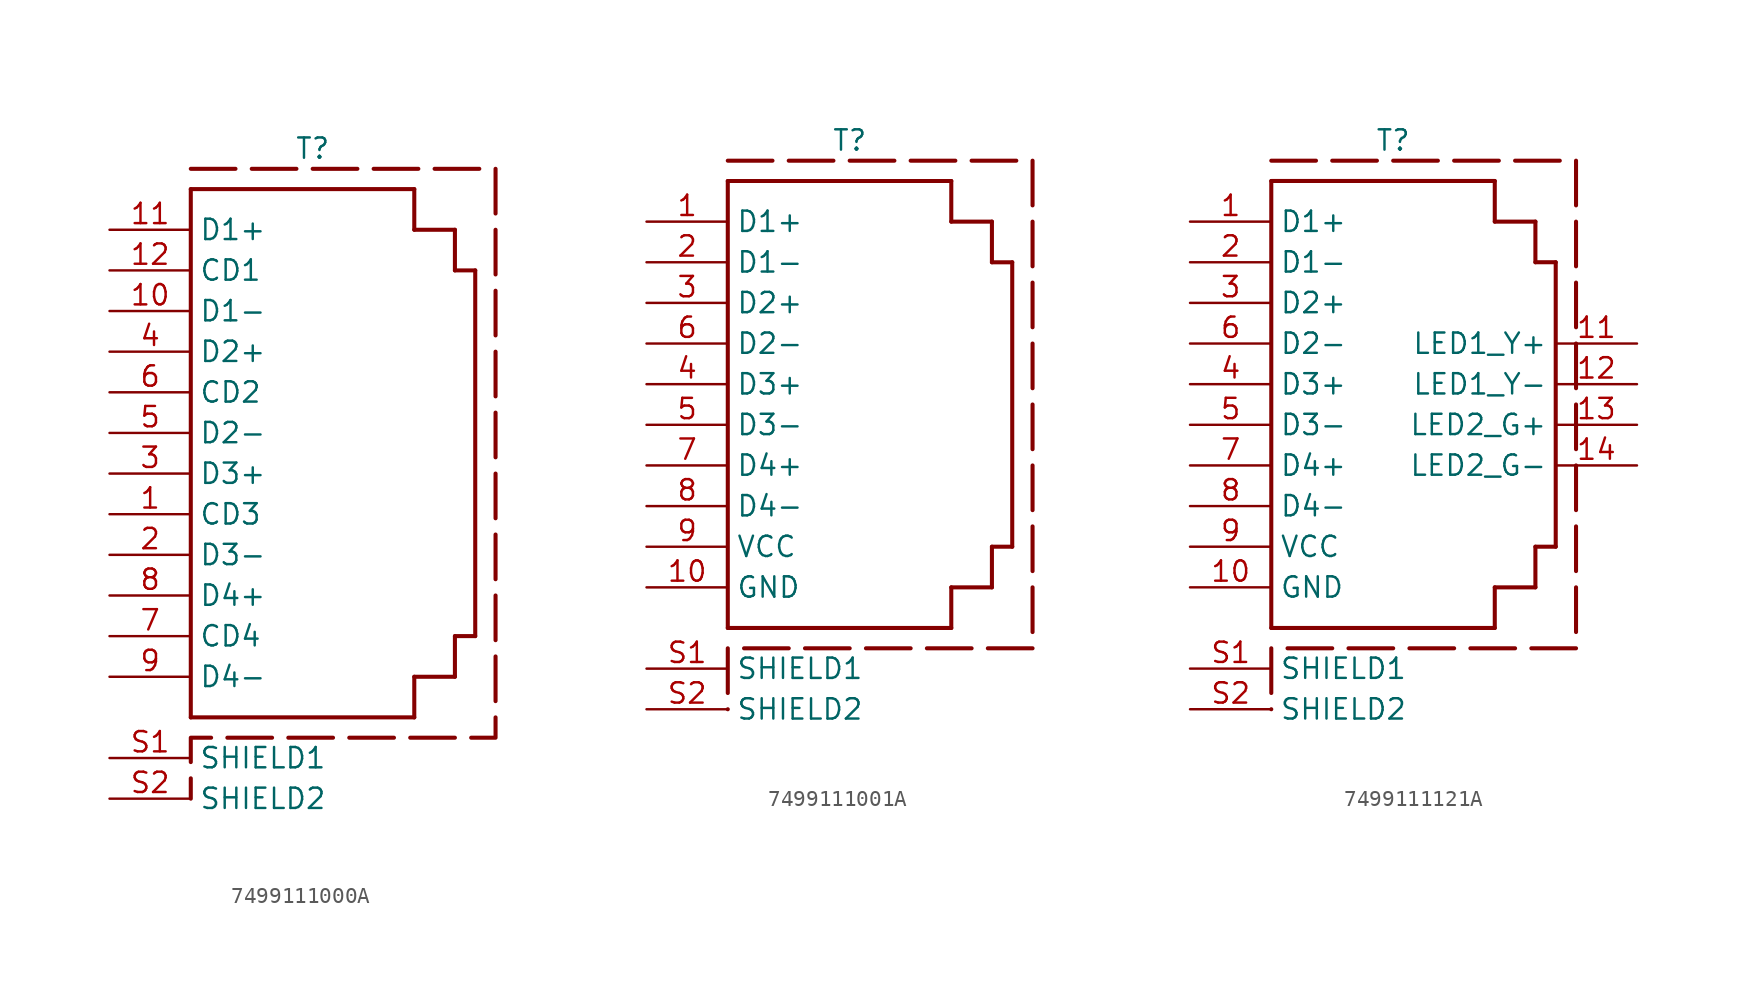
<source format=kicad_sym>
(kicad_symbol_lib
  (version 20220914)
  (generator kicad_symbol_editor)
  (symbol "7499111000A"
    (property "Reference" "T"
      (at 0 20.32 0)
      (effects (font (size 1.27 1.27))))
    (property "Critical Parameter" ""
      (at 0 -5.08 0)
      (effects (font (size 1.27 1.27)) (justify left)))
    (symbol "7499111000A_0_0"
      (polyline (pts (xy -7.62 -15.24) (xy -7.62 17.78)) (stroke (width 0.254) (type default)) (fill (type none)))
      (polyline (pts (xy -7.62 17.78) (xy 6.35 17.78)) (stroke (width 0.254) (type default)) (fill (type none)))
      (polyline (pts (xy 6.35 -15.24) (xy -7.62 -15.24)) (stroke (width 0.254) (type default)) (fill (type none)))
      (polyline (pts (xy 6.35 -15.24) (xy 6.35 -12.7)) (stroke (width 0.254) (type default)) (fill (type none)))
      (polyline (pts (xy 6.35 -12.7) (xy 8.89 -12.7)) (stroke (width 0.254) (type default)) (fill (type none)))
      (polyline (pts (xy 6.35 15.24) (xy 8.89 15.24)) (stroke (width 0.254) (type default)) (fill (type none)))
      (polyline (pts (xy 6.35 17.78) (xy 6.35 15.24)) (stroke (width 0.254) (type default)) (fill (type none)))
      (polyline (pts (xy 8.89 -12.7) (xy 8.89 -10.16)) (stroke (width 0.254) (type default)) (fill (type none)))
      (polyline (pts (xy 8.89 -10.16) (xy 10.16 -10.16)) (stroke (width 0.254) (type default)) (fill (type none)))
      (polyline (pts (xy 8.89 12.7) (xy 10.16 12.7)) (stroke (width 0.254) (type default)) (fill (type none)))
      (polyline (pts (xy 8.89 15.24) (xy 8.89 12.7)) (stroke (width 0.254) (type default)) (fill (type none)))
      (polyline (pts (xy 10.16 12.7) (xy 10.16 -10.16)) (stroke (width 0.254) (type default)) (fill (type none)))
      (pin passive line (at -12.7 -2.54 0) (length 5.08) (name "CD3" (effects (font (size 1.27 1.27)))) (number "1" (effects (font (size 1.27 1.27)))))
      (pin passive line (at -12.7 10.16 0) (length 5.08) (name "D1-" (effects (font (size 1.27 1.27)))) (number "10" (effects (font (size 1.27 1.27)))))
      (pin passive line (at -12.7 15.24 0) (length 5.08) (name "D1+" (effects (font (size 1.27 1.27)))) (number "11" (effects (font (size 1.27 1.27)))))
      (pin passive line (at -12.7 12.7 0) (length 5.08) (name "CD1" (effects (font (size 1.27 1.27)))) (number "12" (effects (font (size 1.27 1.27)))))
      (pin passive line (at -12.7 -5.08 0) (length 5.08) (name "D3-" (effects (font (size 1.27 1.27)))) (number "2" (effects (font (size 1.27 1.27)))))
      (pin passive line (at -12.7 0 0) (length 5.08) (name "D3+" (effects (font (size 1.27 1.27)))) (number "3" (effects (font (size 1.27 1.27)))))
      (pin passive line (at -12.7 7.62 0) (length 5.08) (name "D2+" (effects (font (size 1.27 1.27)))) (number "4" (effects (font (size 1.27 1.27)))))
      (pin passive line (at -12.7 2.54 0) (length 5.08) (name "D2-" (effects (font (size 1.27 1.27)))) (number "5" (effects (font (size 1.27 1.27)))))
      (pin passive line (at -12.7 5.08 0) (length 5.08) (name "CD2" (effects (font (size 1.27 1.27)))) (number "6" (effects (font (size 1.27 1.27)))))
      (pin passive line (at -12.7 -10.16 0) (length 5.08) (name "CD4" (effects (font (size 1.27 1.27)))) (number "7" (effects (font (size 1.27 1.27)))))
      (pin passive line (at -12.7 -7.62 0) (length 5.08) (name "D4+" (effects (font (size 1.27 1.27)))) (number "8" (effects (font (size 1.27 1.27)))))
      (pin passive line (at -12.7 -12.7 0) (length 5.08) (name "D4-" (effects (font (size 1.27 1.27)))) (number "9" (effects (font (size 1.27 1.27)))))
      (pin passive line (at -12.7 -17.78 0) (length 5.08) (name "SHIELD1" (effects (font (size 1.27 1.27)))) (number "S1" (effects (font (size 1.27 1.27)))))
      (pin passive line (at -12.7 -20.32 0) (length 5.08) (name "SHIELD2" (effects (font (size 1.27 1.27)))) (number "S2" (effects (font (size 1.27 1.27))))))
    (symbol "7499111000A_1_1"
      (polyline (pts (xy -7.62 19.05) (xy 11.43 19.05) (xy 11.43 -16.51) (xy -7.62 -16.51) (xy -7.62 -20.32)) (stroke (width 0.254) (type dash)) (fill (type none)))))
  (symbol "7499111001A"
    (property "Reference" "T"
      (at 0 17.78 0)
      (effects (font (size 1.27 1.27))))
    (property "Critical Parameter" ""
      (at 0 -5.08 0)
      (effects (font (size 1.27 1.27)) (justify left)))
    (symbol "7499111001A_0_0"
      (polyline (pts (xy -7.62 -12.7) (xy -7.62 15.24)) (stroke (width 0.254) (type default)) (fill (type none)))
      (polyline (pts (xy -7.62 15.24) (xy 6.35 15.24)) (stroke (width 0.254) (type default)) (fill (type none)))
      (polyline (pts (xy 6.35 -12.7) (xy -7.62 -12.7)) (stroke (width 0.254) (type default)) (fill (type none)))
      (polyline (pts (xy 6.35 -12.7) (xy 6.35 -10.16)) (stroke (width 0.254) (type default)) (fill (type none)))
      (polyline (pts (xy 6.35 -10.16) (xy 8.89 -10.16)) (stroke (width 0.254) (type default)) (fill (type none)))
      (polyline (pts (xy 6.35 12.7) (xy 8.89 12.7)) (stroke (width 0.254) (type default)) (fill (type none)))
      (polyline (pts (xy 6.35 15.24) (xy 6.35 12.7)) (stroke (width 0.254) (type default)) (fill (type none)))
      (polyline (pts (xy 8.89 -10.16) (xy 8.89 -7.62)) (stroke (width 0.254) (type default)) (fill (type none)))
      (polyline (pts (xy 8.89 -7.62) (xy 10.16 -7.62)) (stroke (width 0.254) (type default)) (fill (type none)))
      (polyline (pts (xy 8.89 10.16) (xy 10.16 10.16)) (stroke (width 0.254) (type default)) (fill (type none)))
      (polyline (pts (xy 8.89 12.7) (xy 8.89 10.16)) (stroke (width 0.254) (type default)) (fill (type none)))
      (polyline (pts (xy 10.16 10.16) (xy 10.16 -7.62)) (stroke (width 0.254) (type default)) (fill (type none)))
      (pin passive line (at -12.7 12.7 0) (length 5.08) (name "D1+" (effects (font (size 1.27 1.27)))) (number "1" (effects (font (size 1.27 1.27)))))
      (pin passive line (at -12.7 -10.16 0) (length 5.08) (name "GND" (effects (font (size 1.27 1.27)))) (number "10" (effects (font (size 1.27 1.27)))))
      (pin passive line (at -12.7 10.16 0) (length 5.08) (name "D1-" (effects (font (size 1.27 1.27)))) (number "2" (effects (font (size 1.27 1.27)))))
      (pin passive line (at -12.7 7.62 0) (length 5.08) (name "D2+" (effects (font (size 1.27 1.27)))) (number "3" (effects (font (size 1.27 1.27)))))
      (pin passive line (at -12.7 2.54 0) (length 5.08) (name "D3+" (effects (font (size 1.27 1.27)))) (number "4" (effects (font (size 1.27 1.27)))))
      (pin passive line (at -12.7 0 0) (length 5.08) (name "D3-" (effects (font (size 1.27 1.27)))) (number "5" (effects (font (size 1.27 1.27)))))
      (pin passive line (at -12.7 5.08 0) (length 5.08) (name "D2-" (effects (font (size 1.27 1.27)))) (number "6" (effects (font (size 1.27 1.27)))))
      (pin passive line (at -12.7 -2.54 0) (length 5.08) (name "D4+" (effects (font (size 1.27 1.27)))) (number "7" (effects (font (size 1.27 1.27)))))
      (pin passive line (at -12.7 -5.08 0) (length 5.08) (name "D4-" (effects (font (size 1.27 1.27)))) (number "8" (effects (font (size 1.27 1.27)))))
      (pin passive line (at -12.7 -7.62 0) (length 5.08) (name "VCC" (effects (font (size 1.27 1.27)))) (number "9" (effects (font (size 1.27 1.27)))))
      (pin passive line (at -12.7 -15.24 0) (length 5.08) (name "SHIELD1" (effects (font (size 1.27 1.27)))) (number "S1" (effects (font (size 1.27 1.27)))))
      (pin passive line (at -12.7 -17.78 0) (length 5.08) (name "SHIELD2" (effects (font (size 1.27 1.27)))) (number "S2" (effects (font (size 1.27 1.27))))))
    (symbol "7499111001A_1_1"
      (polyline (pts (xy -7.62 16.51) (xy 11.43 16.51) (xy 11.43 -13.97) (xy -7.62 -13.97) (xy -7.62 -17.78)) (stroke (width 0.254) (type dash)) (fill (type none)))))
  (symbol "7499111121A"
    (property "Reference" "T"
      (at 0 17.78 0)
      (effects (font (size 1.27 1.27))))
    (property "Critical Parameter" ""
      (at 0 -5.08 0)
      (effects (font (size 1.27 1.27)) (justify left)))
    (symbol "7499111121A_0_0"
      (polyline (pts (xy -7.62 -12.7) (xy -7.62 15.24)) (stroke (width 0.254) (type default)) (fill (type none)))
      (polyline (pts (xy -7.62 15.24) (xy 6.35 15.24)) (stroke (width 0.254) (type default)) (fill (type none)))
      (polyline (pts (xy 6.35 -12.7) (xy -7.62 -12.7)) (stroke (width 0.254) (type default)) (fill (type none)))
      (polyline (pts (xy 6.35 -12.7) (xy 6.35 -10.16)) (stroke (width 0.254) (type default)) (fill (type none)))
      (polyline (pts (xy 6.35 -10.16) (xy 8.89 -10.16)) (stroke (width 0.254) (type default)) (fill (type none)))
      (polyline (pts (xy 6.35 12.7) (xy 8.89 12.7)) (stroke (width 0.254) (type default)) (fill (type none)))
      (polyline (pts (xy 6.35 15.24) (xy 6.35 12.7)) (stroke (width 0.254) (type default)) (fill (type none)))
      (polyline (pts (xy 8.89 -10.16) (xy 8.89 -7.62)) (stroke (width 0.254) (type default)) (fill (type none)))
      (polyline (pts (xy 8.89 -7.62) (xy 10.16 -7.62)) (stroke (width 0.254) (type default)) (fill (type none)))
      (polyline (pts (xy 8.89 10.16) (xy 10.16 10.16)) (stroke (width 0.254) (type default)) (fill (type none)))
      (polyline (pts (xy 8.89 12.7) (xy 8.89 10.16)) (stroke (width 0.254) (type default)) (fill (type none)))
      (polyline (pts (xy 10.16 10.16) (xy 10.16 -7.62)) (stroke (width 0.254) (type default)) (fill (type none)))
      (pin passive line (at -12.7 12.7 0) (length 5.08) (name "D1+" (effects (font (size 1.27 1.27)))) (number "1" (effects (font (size 1.27 1.27)))))
      (pin passive line (at -12.7 -10.16 0) (length 5.08) (name "GND" (effects (font (size 1.27 1.27)))) (number "10" (effects (font (size 1.27 1.27)))))
      (pin passive line (at -12.7 10.16 0) (length 5.08) (name "D1-" (effects (font (size 1.27 1.27)))) (number "2" (effects (font (size 1.27 1.27)))))
      (pin passive line (at -12.7 7.62 0) (length 5.08) (name "D2+" (effects (font (size 1.27 1.27)))) (number "3" (effects (font (size 1.27 1.27)))))
      (pin passive line (at -12.7 2.54 0) (length 5.08) (name "D3+" (effects (font (size 1.27 1.27)))) (number "4" (effects (font (size 1.27 1.27)))))
      (pin passive line (at -12.7 0 0) (length 5.08) (name "D3-" (effects (font (size 1.27 1.27)))) (number "5" (effects (font (size 1.27 1.27)))))
      (pin passive line (at -12.7 5.08 0) (length 5.08) (name "D2-" (effects (font (size 1.27 1.27)))) (number "6" (effects (font (size 1.27 1.27)))))
      (pin passive line (at -12.7 -2.54 0) (length 5.08) (name "D4+" (effects (font (size 1.27 1.27)))) (number "7" (effects (font (size 1.27 1.27)))))
      (pin passive line (at -12.7 -5.08 0) (length 5.08) (name "D4-" (effects (font (size 1.27 1.27)))) (number "8" (effects (font (size 1.27 1.27)))))
      (pin passive line (at -12.7 -7.62 0) (length 5.08) (name "VCC" (effects (font (size 1.27 1.27)))) (number "9" (effects (font (size 1.27 1.27)))))
      (pin passive line (at -12.7 -15.24 0) (length 5.08) (name "SHIELD1" (effects (font (size 1.27 1.27)))) (number "S1" (effects (font (size 1.27 1.27)))))
      (pin passive line (at -12.7 -17.78 0) (length 5.08) (name "SHIELD2" (effects (font (size 1.27 1.27)))) (number "S2" (effects (font (size 1.27 1.27))))))
    (symbol "7499111121A_1_0"
      (pin passive line (at 15.24 5.08 180) (length 5.08) (name "LED1_Y+" (effects (font (size 1.27 1.27)))) (number "11" (effects (font (size 1.27 1.27)))))
      (pin passive line (at 15.24 2.54 180) (length 5.08) (name "LED1_Y-" (effects (font (size 1.27 1.27)))) (number "12" (effects (font (size 1.27 1.27)))))
      (pin passive line (at 15.24 0 180) (length 5.08) (name "LED2_G+" (effects (font (size 1.27 1.27)))) (number "13" (effects (font (size 1.27 1.27)))))
      (pin passive line (at 15.24 -2.54 180) (length 5.08) (name "LED2_G-" (effects (font (size 1.27 1.27)))) (number "14" (effects (font (size 1.27 1.27))))))
    (symbol "7499111121A_1_1"
      (polyline (pts (xy -7.62 16.51) (xy 11.43 16.51) (xy 11.43 -13.97) (xy -7.62 -13.97) (xy -7.62 -17.78)) (stroke (width 0.254) (type dash)) (fill (type none))))))
</source>
